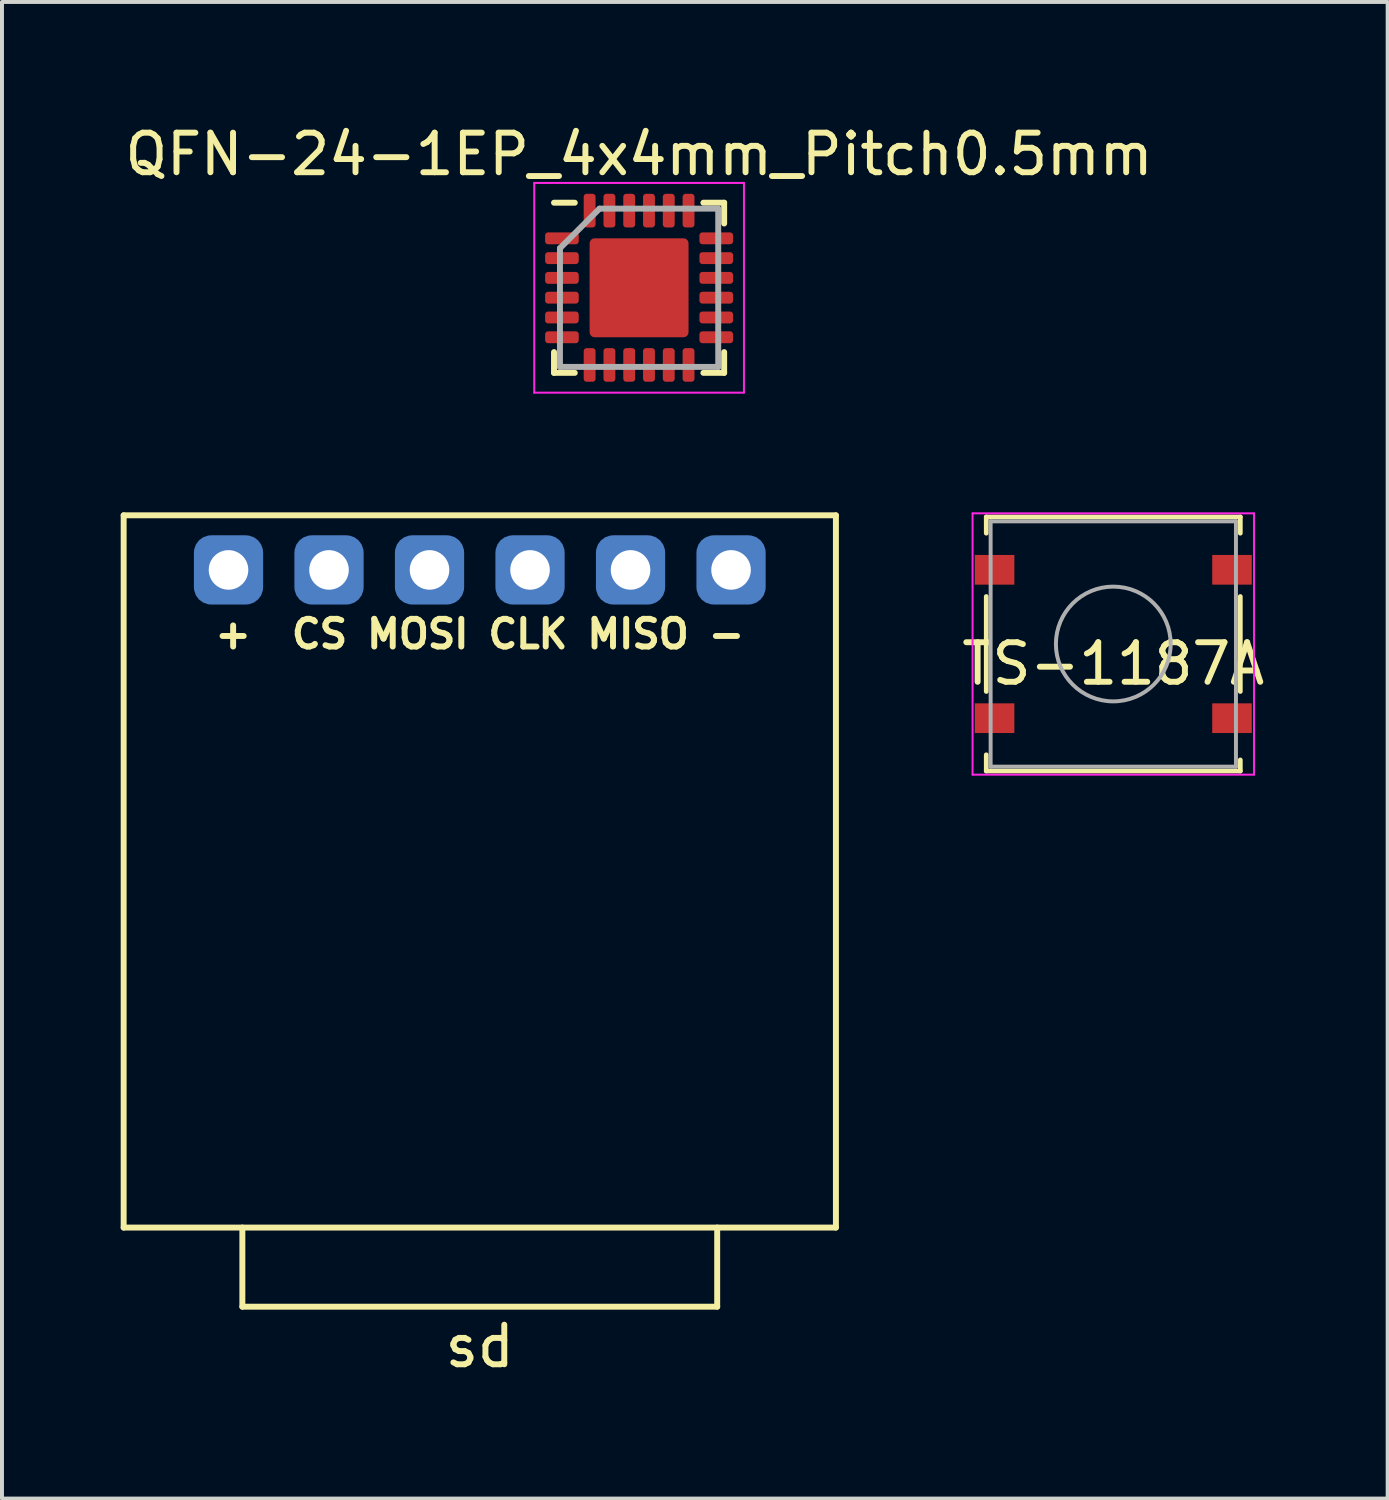
<source format=kicad_pcb>
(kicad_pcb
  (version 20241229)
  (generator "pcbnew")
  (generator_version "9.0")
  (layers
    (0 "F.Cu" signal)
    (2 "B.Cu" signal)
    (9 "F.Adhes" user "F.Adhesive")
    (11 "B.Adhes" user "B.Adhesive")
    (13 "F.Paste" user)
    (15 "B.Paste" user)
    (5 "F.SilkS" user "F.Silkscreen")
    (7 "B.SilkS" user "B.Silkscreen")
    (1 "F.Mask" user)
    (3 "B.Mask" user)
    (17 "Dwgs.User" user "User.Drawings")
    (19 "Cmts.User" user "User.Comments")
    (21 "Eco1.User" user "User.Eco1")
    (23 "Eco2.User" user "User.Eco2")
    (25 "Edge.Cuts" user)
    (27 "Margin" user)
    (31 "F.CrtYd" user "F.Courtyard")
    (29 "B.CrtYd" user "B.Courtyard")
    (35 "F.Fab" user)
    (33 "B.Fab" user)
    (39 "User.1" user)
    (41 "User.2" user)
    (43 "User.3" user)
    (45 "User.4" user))
  (footprint "QFN-24-1EP_4x4mm_Pitch0.5mm"
    (layer "F.Cu")
    (at 13.101 4.223)
    (property "Reference" "QFN-24-1EP_4x4mm_Pitch0.5mm" (at 0 -3.375 0) (layer "F.SilkS") (effects (font (size 1 1) (thickness 0.15))))
    (attr smd)
    (fp_line (start -2.15 -2.15) (end -1.625 -2.15) (stroke (width 0.15) (type solid)) (layer "F.SilkS"))
    (fp_line (start -2.15 2.15) (end -2.15 1.625) (stroke (width 0.15) (type solid)) (layer "F.SilkS"))
    (fp_line (start -2.15 2.15) (end -1.625 2.15) (stroke (width 0.15) (type solid)) (layer "F.SilkS"))
    (fp_line (start 2.15 -2.15) (end 1.625 -2.15) (stroke (width 0.15) (type solid)) (layer "F.SilkS"))
    (fp_line (start 2.15 -2.15) (end 2.15 -1.625) (stroke (width 0.15) (type solid)) (layer "F.SilkS"))
    (fp_line (start 2.15 2.15) (end 1.625 2.15) (stroke (width 0.15) (type solid)) (layer "F.SilkS"))
    (fp_line (start 2.15 2.15) (end 2.15 1.625) (stroke (width 0.15) (type solid)) (layer "F.SilkS"))
    (fp_line (start -2.65 -2.65) (end -2.65 2.65) (stroke (width 0.05) (type solid)) (layer "F.CrtYd"))
    (fp_line (start -2.65 -2.65) (end 2.65 -2.65) (stroke (width 0.05) (type solid)) (layer "F.CrtYd"))
    (fp_line (start -2.65 2.65) (end 2.65 2.65) (stroke (width 0.05) (type solid)) (layer "F.CrtYd"))
    (fp_line (start 2.65 -2.65) (end 2.65 2.65) (stroke (width 0.05) (type solid)) (layer "F.CrtYd"))
    (fp_line (start -2 -1) (end -1 -2) (stroke (width 0.15) (type solid)) (layer "F.Fab"))
    (fp_line (start -2 2) (end -2 -1) (stroke (width 0.15) (type solid)) (layer "F.Fab"))
    (fp_line (start -1 -2) (end 2 -2) (stroke (width 0.15) (type solid)) (layer "F.Fab"))
    (fp_line (start 2 -2) (end 2 2) (stroke (width 0.15) (type solid)) (layer "F.Fab"))
    (fp_line (start 2 2) (end -2 2) (stroke (width 0.15) (type solid)) (layer "F.Fab"))
    (pad "1" smd roundrect (at -1.95 -1.25) (size 0.85 0.3) (layers "F.Cu" "F.Mask" "F.Paste") (roundrect_rratio 0.25))
    (pad "2" smd roundrect (at -1.95 -0.75) (size 0.85 0.3) (layers "F.Cu" "F.Mask" "F.Paste") (roundrect_rratio 0.25))
    (pad "3" smd roundrect (at -1.95 -0.25) (size 0.85 0.3) (layers "F.Cu" "F.Mask" "F.Paste") (roundrect_rratio 0.25))
    (pad "4" smd roundrect (at -1.95 0.25) (size 0.85 0.3) (layers "F.Cu" "F.Mask" "F.Paste") (roundrect_rratio 0.25))
    (pad "5" smd roundrect (at -1.95 0.75) (size 0.85 0.3) (layers "F.Cu" "F.Mask" "F.Paste") (roundrect_rratio 0.25))
    (pad "6" smd roundrect (at -1.95 1.25) (size 0.85 0.3) (layers "F.Cu" "F.Mask" "F.Paste") (roundrect_rratio 0.25))
    (pad "7" smd roundrect (at -1.25 1.95 90) (size 0.85 0.3) (layers "F.Cu" "F.Mask" "F.Paste") (roundrect_rratio 0.25))
    (pad "8" smd roundrect (at -0.75 1.95 90) (size 0.85 0.3) (layers "F.Cu" "F.Mask" "F.Paste") (roundrect_rratio 0.25))
    (pad "9" smd roundrect (at -0.25 1.95 90) (size 0.85 0.3) (layers "F.Cu" "F.Mask" "F.Paste") (roundrect_rratio 0.25))
    (pad "10" smd roundrect (at 0.25 1.95 90) (size 0.85 0.3) (layers "F.Cu" "F.Mask" "F.Paste") (roundrect_rratio 0.25))
    (pad "11" smd roundrect (at 0.75 1.95 90) (size 0.85 0.3) (layers "F.Cu" "F.Mask" "F.Paste") (roundrect_rratio 0.25))
    (pad "12" smd roundrect (at 1.25 1.95 90) (size 0.85 0.3) (layers "F.Cu" "F.Mask" "F.Paste") (roundrect_rratio 0.25))
    (pad "13" smd roundrect (at 1.95 1.25) (size 0.85 0.3) (layers "F.Cu" "F.Mask" "F.Paste") (roundrect_rratio 0.25))
    (pad "14" smd roundrect (at 1.95 0.75) (size 0.85 0.3) (layers "F.Cu" "F.Mask" "F.Paste") (roundrect_rratio 0.25))
    (pad "15" smd roundrect (at 1.95 0.25) (size 0.85 0.3) (layers "F.Cu" "F.Mask" "F.Paste") (roundrect_rratio 0.25))
    (pad "16" smd roundrect (at 1.95 -0.25) (size 0.85 0.3) (layers "F.Cu" "F.Mask" "F.Paste") (roundrect_rratio 0.25))
    (pad "17" smd roundrect (at 1.95 -0.75) (size 0.85 0.3) (layers "F.Cu" "F.Mask" "F.Paste") (roundrect_rratio 0.25))
    (pad "18" smd roundrect (at 1.95 -1.25) (size 0.85 0.3) (layers "F.Cu" "F.Mask" "F.Paste") (roundrect_rratio 0.25))
    (pad "19" smd roundrect (at 1.25 -1.95 90) (size 0.85 0.3) (layers "F.Cu" "F.Mask" "F.Paste") (roundrect_rratio 0.25))
    (pad "20" smd roundrect (at 0.75 -1.95 90) (size 0.85 0.3) (layers "F.Cu" "F.Mask" "F.Paste") (roundrect_rratio 0.25))
    (pad "21" smd roundrect (at 0.25 -1.95 90) (size 0.85 0.3) (layers "F.Cu" "F.Mask" "F.Paste") (roundrect_rratio 0.25))
    (pad "22" smd roundrect (at -0.25 -1.95 90) (size 0.85 0.3) (layers "F.Cu" "F.Mask" "F.Paste") (roundrect_rratio 0.25))
    (pad "23" smd roundrect (at -0.75 -1.95 90) (size 0.85 0.3) (layers "F.Cu" "F.Mask" "F.Paste") (roundrect_rratio 0.25))
    (pad "24" smd roundrect (at -1.25 -1.95 90) (size 0.85 0.3) (layers "F.Cu" "F.Mask" "F.Paste") (roundrect_rratio 0.25))
    (pad "25" smd roundrect (at 0 0) (size 2.5 2.5) (layers "F.Cu" "F.Mask" "F.Paste") (roundrect_rratio 0.05)))
  (footprint "TS-1187A"
    (layer "F.Cu")
    (at 25.085 13.225)
    (property "Reference" "TS-1187A" (at 0 0.5 0) (layer "F.SilkS") (effects (font (size 1 1) (thickness 0.15))))
    (attr through_hole)
    (fp_line (start -3.21 -3.21) (end -3.21 -2.8) (stroke (width 0.12) (type solid)) (layer "F.SilkS"))
    (fp_line (start -3.21 -1.2) (end -3.21 1.2) (stroke (width 0.12) (type solid)) (layer "F.SilkS"))
    (fp_line (start -3.21 2.8) (end -3.21 3.21) (stroke (width 0.12) (type solid)) (layer "F.SilkS"))
    (fp_line (start -3.21 3.21) (end 3.21 3.21) (stroke (width 0.12) (type solid)) (layer "F.SilkS"))
    (fp_line (start 3.21 -3.21) (end -3.21 -3.21) (stroke (width 0.12) (type solid)) (layer "F.SilkS"))
    (fp_line (start 3.21 -2.8) (end 3.21 -3.21) (stroke (width 0.12) (type solid)) (layer "F.SilkS"))
    (fp_line (start 3.21 1.2) (end 3.21 -1.2) (stroke (width 0.12) (type solid)) (layer "F.SilkS"))
    (fp_line (start 3.21 3.21) (end 3.21 2.93) (stroke (width 0.12) (type solid)) (layer "F.SilkS"))
    (fp_line (start -3.556 -3.302) (end -3.556 3.302) (stroke (width 0.05) (type solid)) (layer "F.CrtYd"))
    (fp_line (start 3.556 -3.302) (end -3.556 -3.302) (stroke (width 0.05) (type solid)) (layer "F.CrtYd"))
    (fp_line (start 3.556 -3.302) (end 3.556 3.302) (stroke (width 0.05) (type solid)) (layer "F.CrtYd"))
    (fp_line (start 3.556 3.302) (end -3.556 3.302) (stroke (width 0.05) (type solid)) (layer "F.CrtYd"))
    (fp_line (start -3.1 -3.1) (end 3.1 -3.1) (stroke (width 0.1) (type solid)) (layer "F.Fab"))
    (fp_line (start -3.1 3.1) (end -3.1 -3.1) (stroke (width 0.1) (type solid)) (layer "F.Fab"))
    (fp_line (start 3.1 -3.1) (end 3.1 3.1) (stroke (width 0.1) (type solid)) (layer "F.Fab"))
    (fp_line (start 3.1 3.1) (end -3.1 3.1) (stroke (width 0.1) (type solid)) (layer "F.Fab"))
    (fp_circle (center 0 0) (end 1.45 0) (stroke (width 0.1) (type solid)) (fill no) (layer "F.Fab"))
    (pad "1" smd rect (at -3 -1.875) (size 1 0.75) (layers "F.Cu" "F.Mask" "F.Paste"))
    (pad "1" smd rect (at 3 -1.875) (size 1 0.75) (layers "F.Cu" "F.Mask" "F.Paste"))
    (pad "2" smd rect (at -3 1.875) (size 1 0.75) (layers "F.Cu" "F.Mask" "F.Paste"))
    (pad "2" smd rect (at 3 1.875) (size 1 0.75) (layers "F.Cu" "F.Mask" "F.Paste")))
  (footprint "sd"
    (layer "F.Cu")
    (at 9.075 18.973)
    (property "Reference" "sd" (at 0 12 0) (layer "F.SilkS") (effects (font (size 1 1) (thickness 0.15))))
    (attr through_hole)
    (fp_line (start -9 -9) (end -9 9) (stroke (width 0.15) (type solid)) (layer "F.SilkS"))
    (fp_line (start -9 9) (end 9 9) (stroke (width 0.15) (type solid)) (layer "F.SilkS"))
    (fp_line (start -6 9) (end -6 11) (stroke (width 0.15) (type solid)) (layer "F.SilkS"))
    (fp_line (start -6 11) (end 6 11) (stroke (width 0.15) (type solid)) (layer "F.SilkS"))
    (fp_line (start 6 11) (end 6 9) (stroke (width 0.15) (type solid)) (layer "F.SilkS"))
    (fp_line (start 9 -9) (end -9 -9) (stroke (width 0.15) (type solid)) (layer "F.SilkS"))
    (fp_line (start 9 9) (end 9 -9) (stroke (width 0.15) (type solid)) (layer "F.SilkS"))
    (fp_text user "+  CS MOSI CLK MISO -" (at 0 -6 0) (layer "F.SilkS") (effects (font (size 0.7 0.7) (thickness 0.15))))
    (pad "1" thru_hole circle (at -6.35 -7.62) (size 1.3 1.3) (drill 1) (layers "*.Cu" "*.Mask"))
    (pad "1" smd roundrect (at -6.35 -7.62) (size 1.5 1.5) (layers "F.Cu" "F.Mask") (roundrect_rratio 0.25))
    (pad "1" smd roundrect (at -6.35 -7.62) (size 1.75 1.75) (layers "B.Cu" "B.Mask") (roundrect_rratio 0.25))
    (pad "2" thru_hole circle (at -3.81 -7.62) (size 1.3 1.3) (drill 1) (layers "*.Cu" "*.Mask"))
    (pad "2" smd roundrect (at -3.81 -7.62) (size 1.5 1.5) (layers "F.Cu" "F.Mask") (roundrect_rratio 0.25))
    (pad "2" smd roundrect (at -3.81 -7.62) (size 1.75 1.75) (layers "B.Cu" "B.Mask") (roundrect_rratio 0.25))
    (pad "3" thru_hole circle (at -1.27 -7.62) (size 1.3 1.3) (drill 1) (layers "*.Cu" "*.Mask"))
    (pad "3" smd roundrect (at -1.27 -7.62) (size 1.5 1.5) (layers "F.Cu" "F.Mask") (roundrect_rratio 0.25))
    (pad "3" smd roundrect (at -1.27 -7.62) (size 1.75 1.75) (layers "B.Cu" "B.Mask") (roundrect_rratio 0.25))
    (pad "4" thru_hole circle (at 1.27 -7.62) (size 1.3 1.3) (drill 1) (layers "*.Cu" "*.Mask"))
    (pad "4" smd roundrect (at 1.27 -7.62) (size 1.5 1.5) (layers "F.Cu" "F.Mask") (roundrect_rratio 0.25))
    (pad "4" smd roundrect (at 1.27 -7.62) (size 1.75 1.75) (layers "B.Cu" "B.Mask") (roundrect_rratio 0.25))
    (pad "5" thru_hole circle (at 3.81 -7.62) (size 1.3 1.3) (drill 1) (layers "*.Cu" "*.Mask"))
    (pad "5" smd roundrect (at 3.81 -7.62) (size 1.5 1.5) (layers "F.Cu" "F.Mask") (roundrect_rratio 0.25))
    (pad "5" smd roundrect (at 3.81 -7.62) (size 1.75 1.75) (layers "B.Cu" "B.Mask") (roundrect_rratio 0.25))
    (pad "6" thru_hole circle (at 6.35 -7.62) (size 1.3 1.3) (drill 1) (layers "*.Cu" "*.Mask"))
    (pad "6" smd roundrect (at 6.35 -7.62) (size 1.5 1.5) (layers "F.Cu" "F.Mask") (roundrect_rratio 0.25))
    (pad "6" smd roundrect (at 6.35 -7.62) (size 1.75 1.75) (layers "B.Cu" "B.Mask") (roundrect_rratio 0.25)))
  (gr_rect
    (start -3 -3)
    (end 32.019 34.822)
    (stroke (width 0.1) (type default))
    (fill no)
    (layer "Edge.Cuts")))
</source>
